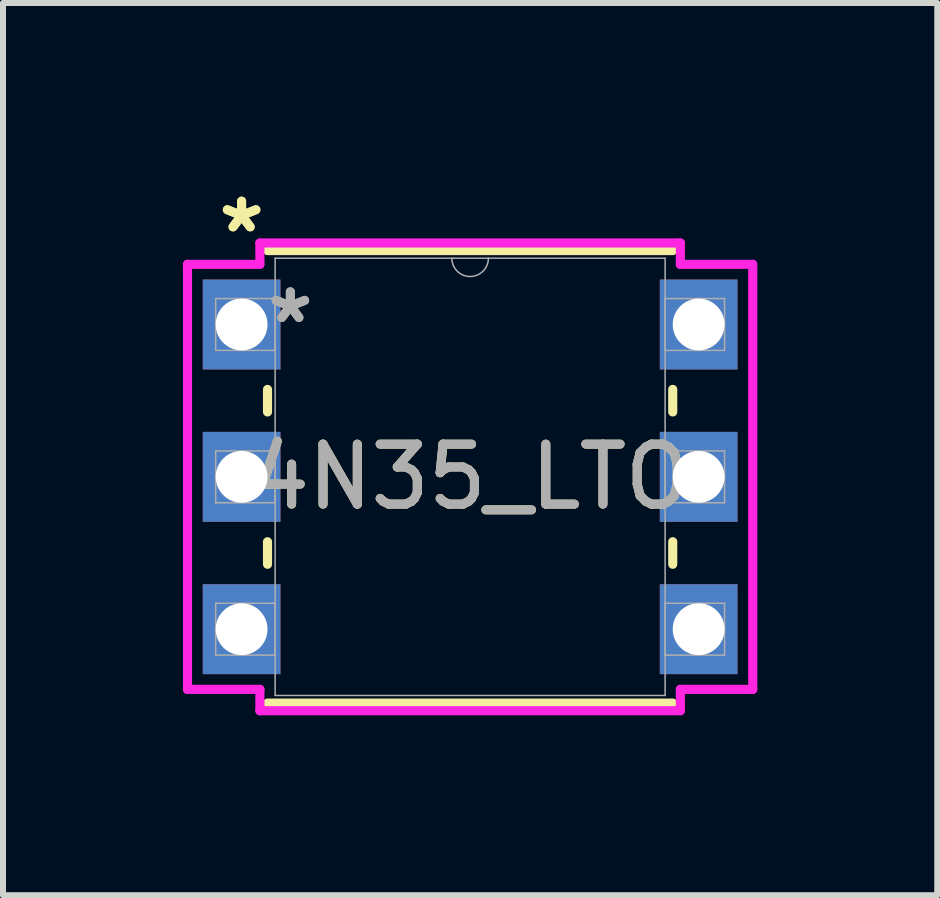
<source format=kicad_pcb>
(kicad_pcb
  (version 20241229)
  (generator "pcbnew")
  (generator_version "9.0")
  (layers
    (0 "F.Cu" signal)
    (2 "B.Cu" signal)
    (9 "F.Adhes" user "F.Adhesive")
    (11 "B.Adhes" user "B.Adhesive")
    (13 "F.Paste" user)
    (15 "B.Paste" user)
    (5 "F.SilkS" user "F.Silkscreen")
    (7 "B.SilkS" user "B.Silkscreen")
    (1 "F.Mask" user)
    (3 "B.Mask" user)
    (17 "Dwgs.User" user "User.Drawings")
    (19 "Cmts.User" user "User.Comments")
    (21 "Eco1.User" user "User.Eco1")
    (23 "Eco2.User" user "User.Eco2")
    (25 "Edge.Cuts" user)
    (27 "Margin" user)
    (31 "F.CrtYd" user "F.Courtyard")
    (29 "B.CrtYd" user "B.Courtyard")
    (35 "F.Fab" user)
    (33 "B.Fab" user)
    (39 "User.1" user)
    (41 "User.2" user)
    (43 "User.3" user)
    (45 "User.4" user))
  (footprint "4N35_LTO"
    (layer "F.Cu")
    (at 0.978 2.36)
    (property "Reference" "4N35_LTO" (at 3.81 2.54 0) (unlocked yes) (layer "F.SilkS") (effects (font (size 1 1) (thickness 0.15))))
    (attr through_hole)
    (fp_line (start 0.432 1.082) (end 0.432 1.458) (stroke (width 0.152) (type solid)) (layer "F.SilkS"))
    (fp_line (start 0.432 3.622) (end 0.432 3.998) (stroke (width 0.152) (type solid)) (layer "F.SilkS"))
    (fp_line (start 0.432 6.312) (end 7.188 6.312) (stroke (width 0.152) (type solid)) (layer "F.SilkS"))
    (fp_line (start 7.188 -1.232) (end 0.432 -1.232) (stroke (width 0.152) (type solid)) (layer "F.SilkS"))
    (fp_line (start 7.188 1.458) (end 7.188 1.082) (stroke (width 0.152) (type solid)) (layer "F.SilkS"))
    (fp_line (start 7.188 3.998) (end 7.188 3.622) (stroke (width 0.152) (type solid)) (layer "F.SilkS"))
    (fp_line (start -0.902 -1.003) (end 0.305 -1.003) (stroke (width 0.152) (type solid)) (layer "F.CrtYd"))
    (fp_line (start -0.902 6.083) (end -0.902 -1.003) (stroke (width 0.152) (type solid)) (layer "F.CrtYd"))
    (fp_line (start 0.305 -1.359) (end 7.315 -1.359) (stroke (width 0.152) (type solid)) (layer "F.CrtYd"))
    (fp_line (start 0.305 -1.003) (end 0.305 -1.359) (stroke (width 0.152) (type solid)) (layer "F.CrtYd"))
    (fp_line (start 0.305 6.083) (end -0.902 6.083) (stroke (width 0.152) (type solid)) (layer "F.CrtYd"))
    (fp_line (start 0.305 6.439) (end 0.305 6.083) (stroke (width 0.152) (type solid)) (layer "F.CrtYd"))
    (fp_line (start 7.315 -1.359) (end 7.315 -1.003) (stroke (width 0.152) (type solid)) (layer "F.CrtYd"))
    (fp_line (start 7.315 6.083) (end 7.315 6.439) (stroke (width 0.152) (type solid)) (layer "F.CrtYd"))
    (fp_line (start 7.315 6.439) (end 0.305 6.439) (stroke (width 0.152) (type solid)) (layer "F.CrtYd"))
    (fp_line (start 8.522 -1.003) (end 7.315 -1.003) (stroke (width 0.152) (type solid)) (layer "F.CrtYd"))
    (fp_line (start 8.522 -1.003) (end 8.522 6.083) (stroke (width 0.152) (type solid)) (layer "F.CrtYd"))
    (fp_line (start 8.522 6.083) (end 7.315 6.083) (stroke (width 0.152) (type solid)) (layer "F.CrtYd"))
    (fp_line (start -0.432 -0.432) (end -0.432 0.432) (stroke (width 0.025) (type solid)) (layer "F.Fab"))
    (fp_line (start -0.432 0.432) (end 0.559 0.432) (stroke (width 0.025) (type solid)) (layer "F.Fab"))
    (fp_line (start -0.432 2.108) (end -0.432 2.972) (stroke (width 0.025) (type solid)) (layer "F.Fab"))
    (fp_line (start -0.432 2.972) (end 0.559 2.972) (stroke (width 0.025) (type solid)) (layer "F.Fab"))
    (fp_line (start -0.432 4.648) (end -0.432 5.512) (stroke (width 0.025) (type solid)) (layer "F.Fab"))
    (fp_line (start -0.432 5.512) (end 0.559 5.512) (stroke (width 0.025) (type solid)) (layer "F.Fab"))
    (fp_line (start 0.559 -1.105) (end 0.559 6.185) (stroke (width 0.025) (type solid)) (layer "F.Fab"))
    (fp_line (start 0.559 -0.432) (end -0.432 -0.432) (stroke (width 0.025) (type solid)) (layer "F.Fab"))
    (fp_line (start 0.559 0.432) (end 0.559 -0.432) (stroke (width 0.025) (type solid)) (layer "F.Fab"))
    (fp_line (start 0.559 2.108) (end -0.432 2.108) (stroke (width 0.025) (type solid)) (layer "F.Fab"))
    (fp_line (start 0.559 2.972) (end 0.559 2.108) (stroke (width 0.025) (type solid)) (layer "F.Fab"))
    (fp_line (start 0.559 4.648) (end -0.432 4.648) (stroke (width 0.025) (type solid)) (layer "F.Fab"))
    (fp_line (start 0.559 5.512) (end 0.559 4.648) (stroke (width 0.025) (type solid)) (layer "F.Fab"))
    (fp_line (start 0.559 6.185) (end 7.061 6.185) (stroke (width 0.025) (type solid)) (layer "F.Fab"))
    (fp_line (start 7.061 -1.105) (end 0.559 -1.105) (stroke (width 0.025) (type solid)) (layer "F.Fab"))
    (fp_line (start 7.061 -0.432) (end 7.061 0.432) (stroke (width 0.025) (type solid)) (layer "F.Fab"))
    (fp_line (start 7.061 0.432) (end 8.052 0.432) (stroke (width 0.025) (type solid)) (layer "F.Fab"))
    (fp_line (start 7.061 2.108) (end 7.061 2.972) (stroke (width 0.025) (type solid)) (layer "F.Fab"))
    (fp_line (start 7.061 2.972) (end 8.052 2.972) (stroke (width 0.025) (type solid)) (layer "F.Fab"))
    (fp_line (start 7.061 4.648) (end 7.061 5.512) (stroke (width 0.025) (type solid)) (layer "F.Fab"))
    (fp_line (start 7.061 5.512) (end 8.052 5.512) (stroke (width 0.025) (type solid)) (layer "F.Fab"))
    (fp_line (start 7.061 6.185) (end 7.061 -1.105) (stroke (width 0.025) (type solid)) (layer "F.Fab"))
    (fp_line (start 8.052 -0.432) (end 7.061 -0.432) (stroke (width 0.025) (type solid)) (layer "F.Fab"))
    (fp_line (start 8.052 0.432) (end 8.052 -0.432) (stroke (width 0.025) (type solid)) (layer "F.Fab"))
    (fp_line (start 8.052 2.108) (end 7.061 2.108) (stroke (width 0.025) (type solid)) (layer "F.Fab"))
    (fp_line (start 8.052 2.972) (end 8.052 2.108) (stroke (width 0.025) (type solid)) (layer "F.Fab"))
    (fp_line (start 8.052 4.648) (end 7.061 4.648) (stroke (width 0.025) (type solid)) (layer "F.Fab"))
    (fp_line (start 8.052 5.512) (end 8.052 4.648) (stroke (width 0.025) (type solid)) (layer "F.Fab"))
    (fp_arc (start 4.1148 -1.1049) (mid 3.81 -0.8001) (end 3.5052 -1.1049) (stroke (width 0.0254) (type solid)) (layer "F.Fab"))
    (fp_text user "*" (at 0 -1.511 0) (layer "F.SilkS") (effects (font (size 1 1) (thickness 0.15))))
    (fp_text user "*" (at 0 -1.511 0) (unlocked yes) (layer "F.SilkS") (effects (font (size 1 1) (thickness 0.15))))
    (fp_text user "*" (at 0.813 0 0) (unlocked yes) (layer "F.Fab") (effects (font (size 1 1) (thickness 0.15))))
    (fp_text user "${REFERENCE}" (at 3.81 2.54 0) (unlocked yes) (layer "F.Fab") (effects (font (size 1 1) (thickness 0.15))))
    (fp_text user "*" (at 0.813 0 0) (layer "F.Fab") (effects (font (size 1 1) (thickness 0.15))))
    (pad "1" thru_hole rect (at 0 0) (size 1.295 1.499) (drill 0.864) (layers "*.Cu" "*.Mask"))
    (pad "2" thru_hole rect (at 0 2.54) (size 1.295 1.499) (drill 0.864) (layers "*.Cu" "*.Mask"))
    (pad "3" thru_hole rect (at 0 5.08) (size 1.295 1.499) (drill 0.864) (layers "*.Cu" "*.Mask"))
    (pad "4" thru_hole rect (at 7.62 5.08) (size 1.295 1.499) (drill 0.864) (layers "*.Cu" "*.Mask"))
    (pad "5" thru_hole rect (at 7.62 2.54) (size 1.295 1.499) (drill 0.864) (layers "*.Cu" "*.Mask"))
    (pad "6" thru_hole rect (at 7.62 0) (size 1.295 1.499) (drill 0.864) (layers "*.Cu" "*.Mask")))
  (gr_rect
    (start -3 -3)
    (end 12.576 11.875)
    (stroke (width 0.1) (type default))
    (fill no)
    (layer "Edge.Cuts")))
</source>
